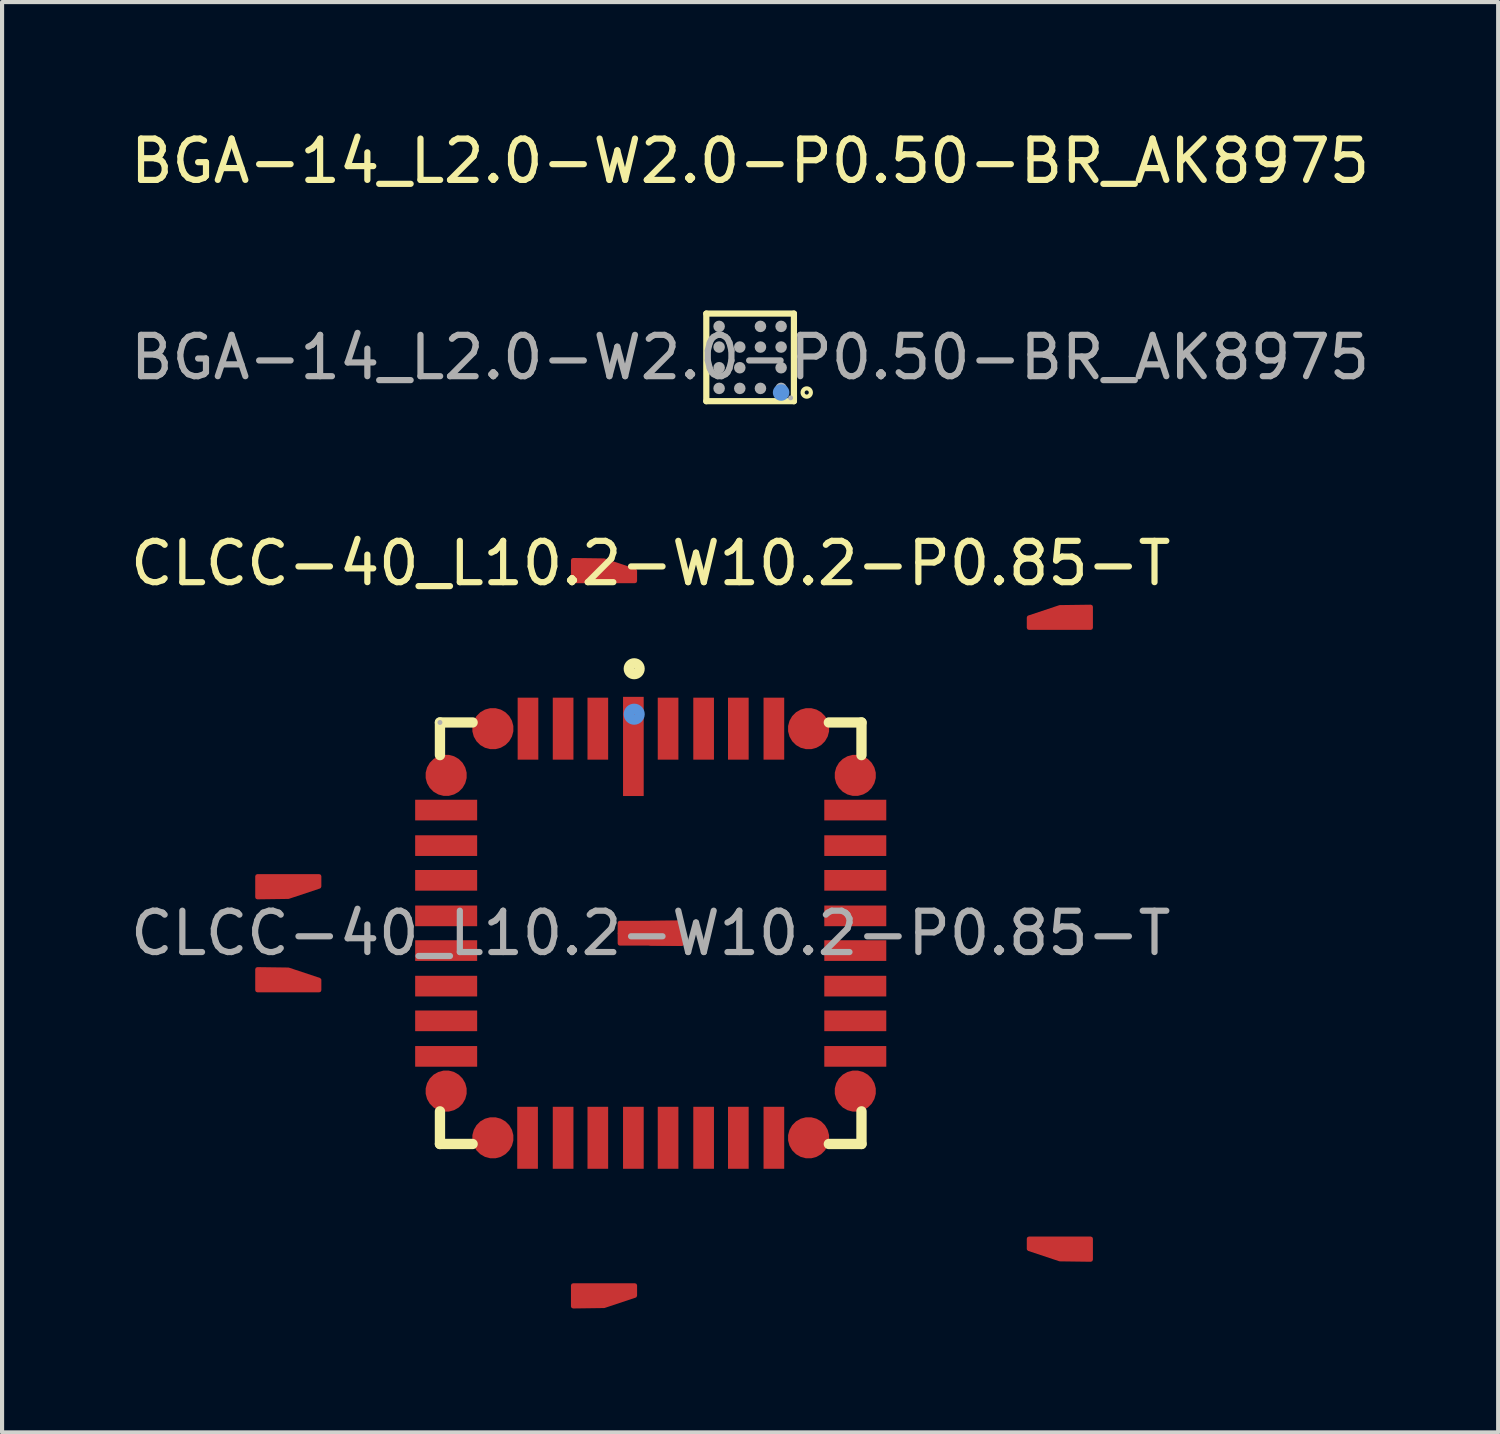
<source format=kicad_pcb>
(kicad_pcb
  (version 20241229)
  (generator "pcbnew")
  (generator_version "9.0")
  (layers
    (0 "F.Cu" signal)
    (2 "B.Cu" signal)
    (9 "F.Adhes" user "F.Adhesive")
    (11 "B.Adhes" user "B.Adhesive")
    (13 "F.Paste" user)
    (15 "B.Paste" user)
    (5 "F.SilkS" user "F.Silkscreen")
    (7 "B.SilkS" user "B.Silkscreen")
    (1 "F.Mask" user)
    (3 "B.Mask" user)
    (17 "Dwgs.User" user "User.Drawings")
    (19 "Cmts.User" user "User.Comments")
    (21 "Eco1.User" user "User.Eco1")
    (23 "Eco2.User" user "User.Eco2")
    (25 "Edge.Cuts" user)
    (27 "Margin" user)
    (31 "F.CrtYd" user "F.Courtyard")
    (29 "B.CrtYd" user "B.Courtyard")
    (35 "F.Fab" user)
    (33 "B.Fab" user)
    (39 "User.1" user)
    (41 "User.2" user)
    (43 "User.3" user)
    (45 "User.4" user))
  (footprint "CLCC-40_L10.2-W10.2-P0.85-T"
    (layer "F.Cu")
    (at 12.696 19.532)
    (property "Reference" "CLCC-40_L10.2-W10.2-P0.85-T" (at 0 -8.95 0) (layer "F.SilkS") (effects (font (size 1 1) (thickness 0.15))))
    (attr through_hole)
    (fp_line (start -5.1 -5.1) (end -5.1 -4.31) (stroke (width 0.25) (type solid)) (layer "F.SilkS"))
    (fp_line (start -5.1 4.31) (end -5.1 5.1) (stroke (width 0.25) (type solid)) (layer "F.SilkS"))
    (fp_line (start -5.1 5.1) (end -4.31 5.1) (stroke (width 0.25) (type solid)) (layer "F.SilkS"))
    (fp_line (start -4.31 -5.1) (end -5.1 -5.1) (stroke (width 0.25) (type solid)) (layer "F.SilkS"))
    (fp_line (start 4.31 -5.1) (end 5.1 -5.1) (stroke (width 0.25) (type solid)) (layer "F.SilkS"))
    (fp_line (start 4.31 5.1) (end 5.1 5.1) (stroke (width 0.25) (type solid)) (layer "F.SilkS"))
    (fp_line (start 5.1 -5.1) (end 5.1 -4.31) (stroke (width 0.25) (type solid)) (layer "F.SilkS"))
    (fp_line (start 5.1 5.1) (end 5.1 4.31) (stroke (width 0.25) (type solid)) (layer "F.SilkS"))
    (fp_circle (center -0.4 -6.4) (end -0.27 -6.4) (stroke (width 0.25) (type solid)) (fill no) (layer "F.SilkS"))
    (fp_circle (center -0.4 -5.3) (end -0.27 -5.3) (stroke (width 0.25) (type solid)) (fill no) (layer "Cmts.User"))
    (fp_circle (center -5.1 -5.1) (end -5.07 -5.1) (stroke (width 0.06) (type solid)) (fill no) (layer "F.Fab"))
    (fp_text user "${REFERENCE}" (at 0 0 0) (layer "F.Fab") (effects (font (size 1 1) (thickness 0.15))))
    (pad "1" smd rect (at -0.42 -4.52 90) (size 2.4 0.5) (layers "F.Cu" "F.Mask" "F.Paste"))
    (pad "2" smd rect (at -1.28 -4.95 270) (size 1.5 0.5) (layers "F.Cu" "F.Mask" "F.Paste"))
    (pad "3" smd rect (at -2.12 -4.95 270) (size 1.5 0.5) (layers "F.Cu" "F.Mask" "F.Paste"))
    (pad "4" smd rect (at -2.97 -4.95 270) (size 1.5 0.5) (layers "F.Cu" "F.Mask" "F.Paste"))
    (pad "5" smd custom (at -3.82 -4.95 90) (size 1 1) (layers "F.Cu" "F.Mask" "F.Paste") (options (anchor circle)) (primitives (gr_poly (pts (xy -3.57 -4.2) (xy -3.57 -5.7) (xy -4.08 -5.7) (xy -4.07 -4.95) (xy -3.82 -4.2)) (width 0.1) (fill yes))))
    (pad "6" smd custom (at -4.95 -3.82 180) (size 1 1) (layers "F.Cu" "F.Mask" "F.Paste") (options (anchor circle)) (primitives (gr_poly (pts (xy -4.2 -3.57) (xy -5.7 -3.57) (xy -5.7 -4.08) (xy -4.95 -4.07) (xy -4.2 -3.82)) (width 0.1) (fill yes))))
    (pad "7" smd rect (at -4.95 -2.98) (size 1.5 0.5) (layers "F.Cu" "F.Mask" "F.Paste"))
    (pad "8" smd rect (at -4.95 -2.12) (size 1.5 0.5) (layers "F.Cu" "F.Mask" "F.Paste"))
    (pad "9" smd rect (at -4.95 -1.28) (size 1.5 0.5) (layers "F.Cu" "F.Mask" "F.Paste"))
    (pad "10" smd rect (at -4.95 -0.42) (size 1.5 0.5) (layers "F.Cu" "F.Mask" "F.Paste"))
    (pad "11" smd rect (at -4.95 0.42) (size 1.5 0.5) (layers "F.Cu" "F.Mask" "F.Paste"))
    (pad "12" smd rect (at -4.95 1.28) (size 1.5 0.5) (layers "F.Cu" "F.Mask" "F.Paste"))
    (pad "13" smd rect (at -4.95 2.12) (size 1.5 0.5) (layers "F.Cu" "F.Mask" "F.Paste"))
    (pad "14" smd rect (at -4.95 2.98) (size 1.5 0.5) (layers "F.Cu" "F.Mask" "F.Paste"))
    (pad "15" smd custom (at -4.95 3.82 180) (size 1 1) (layers "F.Cu" "F.Mask" "F.Paste") (options (anchor circle)) (primitives (gr_poly (pts (xy -4.2 3.57) (xy -5.7 3.57) (xy -5.7 4.08) (xy -4.95 4.07) (xy -4.2 3.82)) (width 0.1) (fill yes))))
    (pad "16" smd custom (at -3.82 4.95 270) (size 1 1) (layers "F.Cu" "F.Mask" "F.Paste") (options (anchor circle)) (primitives (gr_poly (pts (xy -3.57 4.2) (xy -3.57 5.7) (xy -4.08 5.7) (xy -4.07 4.95) (xy -3.82 4.2)) (width 0.1) (fill yes))))
    (pad "17" smd rect (at -2.98 4.95 90) (size 1.5 0.5) (layers "F.Cu" "F.Mask" "F.Paste"))
    (pad "18" smd rect (at -2.12 4.95 90) (size 1.5 0.5) (layers "F.Cu" "F.Mask" "F.Paste"))
    (pad "19" smd rect (at -1.28 4.95 90) (size 1.5 0.5) (layers "F.Cu" "F.Mask" "F.Paste"))
    (pad "20" smd rect (at -0.42 4.95 90) (size 1.5 0.5) (layers "F.Cu" "F.Mask" "F.Paste"))
    (pad "21" smd rect (at 0.42 4.95 90) (size 1.5 0.5) (layers "F.Cu" "F.Mask" "F.Paste"))
    (pad "22" smd rect (at 1.28 4.95 90) (size 1.5 0.5) (layers "F.Cu" "F.Mask" "F.Paste"))
    (pad "23" smd rect (at 2.12 4.95 90) (size 1.5 0.5) (layers "F.Cu" "F.Mask" "F.Paste"))
    (pad "24" smd rect (at 2.98 4.95 90) (size 1.5 0.5) (layers "F.Cu" "F.Mask" "F.Paste"))
    (pad "25" smd custom (at 3.82 4.95 270) (size 1 1) (layers "F.Cu" "F.Mask" "F.Paste") (options (anchor circle)) (primitives (gr_poly (pts (xy 3.57 4.2) (xy 3.57 5.7) (xy 4.08 5.7) (xy 4.07 4.95) (xy 3.82 4.2)) (width 0.1) (fill yes))))
    (pad "26" smd custom (at 4.95 3.82) (size 1 1) (layers "F.Cu" "F.Mask" "F.Paste") (options (anchor circle)) (primitives (gr_poly (pts (xy 4.2 3.57) (xy 5.7 3.57) (xy 5.7 4.08) (xy 4.95 4.07) (xy 4.2 3.82)) (width 0.1) (fill yes))))
    (pad "27" smd rect (at 4.95 2.98 180) (size 1.5 0.5) (layers "F.Cu" "F.Mask" "F.Paste"))
    (pad "28" smd rect (at 4.95 2.12 180) (size 1.5 0.5) (layers "F.Cu" "F.Mask" "F.Paste"))
    (pad "29" smd rect (at 4.95 1.28 180) (size 1.5 0.5) (layers "F.Cu" "F.Mask" "F.Paste"))
    (pad "30" smd rect (at 4.95 0.42 180) (size 1.5 0.5) (layers "F.Cu" "F.Mask" "F.Paste"))
    (pad "31" smd rect (at 4.95 -0.42 180) (size 1.5 0.5) (layers "F.Cu" "F.Mask" "F.Paste"))
    (pad "32" smd rect (at 4.95 -1.28 180) (size 1.5 0.5) (layers "F.Cu" "F.Mask" "F.Paste"))
    (pad "33" smd rect (at 4.95 -2.12 180) (size 1.5 0.5) (layers "F.Cu" "F.Mask" "F.Paste"))
    (pad "34" smd rect (at 4.95 -2.98 180) (size 1.5 0.5) (layers "F.Cu" "F.Mask" "F.Paste"))
    (pad "35" smd custom (at 4.95 -3.82) (size 1 1) (layers "F.Cu" "F.Mask" "F.Paste") (options (anchor circle)) (primitives (gr_poly (pts (xy 4.2 -3.57) (xy 5.7 -3.57) (xy 5.7 -4.08) (xy 4.95 -4.07) (xy 4.2 -3.82)) (width 0.1) (fill yes))))
    (pad "36" smd custom (at 3.82 -4.95 90) (size 1 1) (layers "F.Cu" "F.Mask" "F.Paste") (options (anchor circle)) (primitives (gr_poly (pts (xy 3.57 -4.2) (xy 3.57 -5.7) (xy 4.08 -5.7) (xy 4.07 -4.95) (xy 3.82 -4.2)) (width 0.1) (fill yes))))
    (pad "37" smd rect (at 2.98 -4.95 270) (size 1.5 0.5) (layers "F.Cu" "F.Mask" "F.Paste"))
    (pad "38" smd rect (at 2.12 -4.95 270) (size 1.5 0.5) (layers "F.Cu" "F.Mask" "F.Paste"))
    (pad "39" smd rect (at 1.28 -4.95 270) (size 1.5 0.5) (layers "F.Cu" "F.Mask" "F.Paste"))
    (pad "40" smd rect (at 0.42 -4.95 270) (size 1.5 0.5) (layers "F.Cu" "F.Mask" "F.Paste")))
  (footprint "BGA-14_L2.0-W2.0-P0.50-BR_AK8975"
    (layer "F.Cu")
    (at 15.101 5.598)
    (property "Reference" "BGA-14_L2.0-W2.0-P0.50-BR_AK8975" (at 0 -4.75 0) (layer "F.SilkS") (effects (font (size 1 1) (thickness 0.15))))
    (attr through_hole)
    (fp_line (start -1.06 -1.06) (end 1.06 -1.06) (stroke (width 0.15) (type solid)) (layer "F.SilkS"))
    (fp_line (start -1.06 1.06) (end -1.06 -1.06) (stroke (width 0.15) (type solid)) (layer "F.SilkS"))
    (fp_line (start 1.06 -1.06) (end 1.06 1.06) (stroke (width 0.15) (type solid)) (layer "F.SilkS"))
    (fp_line (start 1.06 1.06) (end -1.06 1.06) (stroke (width 0.15) (type solid)) (layer "F.SilkS"))
    (fp_circle (center 1.37 0.85) (end 1.47 0.85) (stroke (width 0.1) (type solid)) (fill no) (layer "F.SilkS"))
    (fp_circle (center 0.75 0.85) (end 0.85 0.85) (stroke (width 0.2) (type solid)) (fill no) (layer "Cmts.User"))
    (fp_circle (center -0.75 -0.75) (end -0.68 -0.75) (stroke (width 0.14) (type solid)) (fill no) (layer "F.Fab"))
    (fp_circle (center -0.75 -0.25) (end -0.68 -0.25) (stroke (width 0.14) (type solid)) (fill no) (layer "F.Fab"))
    (fp_circle (center -0.75 0.25) (end -0.68 0.25) (stroke (width 0.14) (type solid)) (fill no) (layer "F.Fab"))
    (fp_circle (center -0.75 0.75) (end -0.68 0.75) (stroke (width 0.14) (type solid)) (fill no) (layer "F.Fab"))
    (fp_circle (center -0.25 -0.25) (end -0.18 -0.25) (stroke (width 0.14) (type solid)) (fill no) (layer "F.Fab"))
    (fp_circle (center -0.25 0.25) (end -0.18 0.25) (stroke (width 0.14) (type solid)) (fill no) (layer "F.Fab"))
    (fp_circle (center -0.25 0.75) (end -0.18 0.75) (stroke (width 0.14) (type solid)) (fill no) (layer "F.Fab"))
    (fp_circle (center 0.25 -0.75) (end 0.32 -0.75) (stroke (width 0.14) (type solid)) (fill no) (layer "F.Fab"))
    (fp_circle (center 0.25 -0.25) (end 0.32 -0.25) (stroke (width 0.14) (type solid)) (fill no) (layer "F.Fab"))
    (fp_circle (center 0.25 0.75) (end 0.32 0.75) (stroke (width 0.14) (type solid)) (fill no) (layer "F.Fab"))
    (fp_circle (center 0.75 -0.75) (end 0.82 -0.75) (stroke (width 0.14) (type solid)) (fill no) (layer "F.Fab"))
    (fp_circle (center 0.75 -0.25) (end 0.82 -0.25) (stroke (width 0.14) (type solid)) (fill no) (layer "F.Fab"))
    (fp_circle (center 0.75 0.25) (end 0.82 0.25) (stroke (width 0.14) (type solid)) (fill no) (layer "F.Fab"))
    (fp_circle (center 0.75 0.75) (end 0.82 0.75) (stroke (width 0.14) (type solid)) (fill no) (layer "F.Fab"))
    (fp_circle (center 0.98 0.98) (end 1.01 0.98) (stroke (width 0.06) (type solid)) (fill no) (layer "F.Fab"))
    (fp_text user "${REFERENCE}" (at 0 0 0) (layer "F.Fab") (effects (font (size 1 1) (thickness 0.15))))
    (pad "A1" smd circle (at 0.75 0.75 180) (size 0.22 0.22) (layers "F.Cu" "F.Mask" "F.Paste"))
    (pad "A2" smd circle (at 0.25 0.75 180) (size 0.22 0.22) (layers "F.Cu" "F.Mask" "F.Paste"))
    (pad "A3" smd circle (at -0.25 0.75 180) (size 0.22 0.22) (layers "F.Cu" "F.Mask" "F.Paste"))
    (pad "A4" smd circle (at -0.75 0.75 180) (size 0.22 0.22) (layers "F.Cu" "F.Mask" "F.Paste"))
    (pad "B1" smd circle (at 0.75 0.25 180) (size 0.22 0.22) (layers "F.Cu" "F.Mask" "F.Paste"))
    (pad "B3" smd circle (at -0.25 0.25 180) (size 0.22 0.22) (layers "F.Cu" "F.Mask" "F.Paste"))
    (pad "B4" smd circle (at -0.75 0.25 180) (size 0.22 0.22) (layers "F.Cu" "F.Mask" "F.Paste"))
    (pad "C1" smd circle (at 0.75 -0.25 180) (size 0.22 0.22) (layers "F.Cu" "F.Mask" "F.Paste"))
    (pad "C2" smd circle (at 0.25 -0.25 180) (size 0.22 0.22) (layers "F.Cu" "F.Mask" "F.Paste"))
    (pad "C3" smd circle (at -0.25 -0.25 180) (size 0.22 0.22) (layers "F.Cu" "F.Mask" "F.Paste"))
    (pad "C4" smd circle (at -0.75 -0.25 180) (size 0.22 0.22) (layers "F.Cu" "F.Mask" "F.Paste"))
    (pad "D1" smd circle (at 0.75 -0.75 180) (size 0.22 0.22) (layers "F.Cu" "F.Mask" "F.Paste"))
    (pad "D2" smd circle (at 0.25 -0.75 180) (size 0.22 0.22) (layers "F.Cu" "F.Mask" "F.Paste"))
    (pad "D4" smd circle (at -0.75 -0.75 180) (size 0.22 0.22) (layers "F.Cu" "F.Mask" "F.Paste")))
  (gr_rect
    (start -3 -3)
    (end 33.202 31.611)
    (stroke (width 0.1) (type default))
    (fill no)
    (layer "Edge.Cuts")))
</source>
